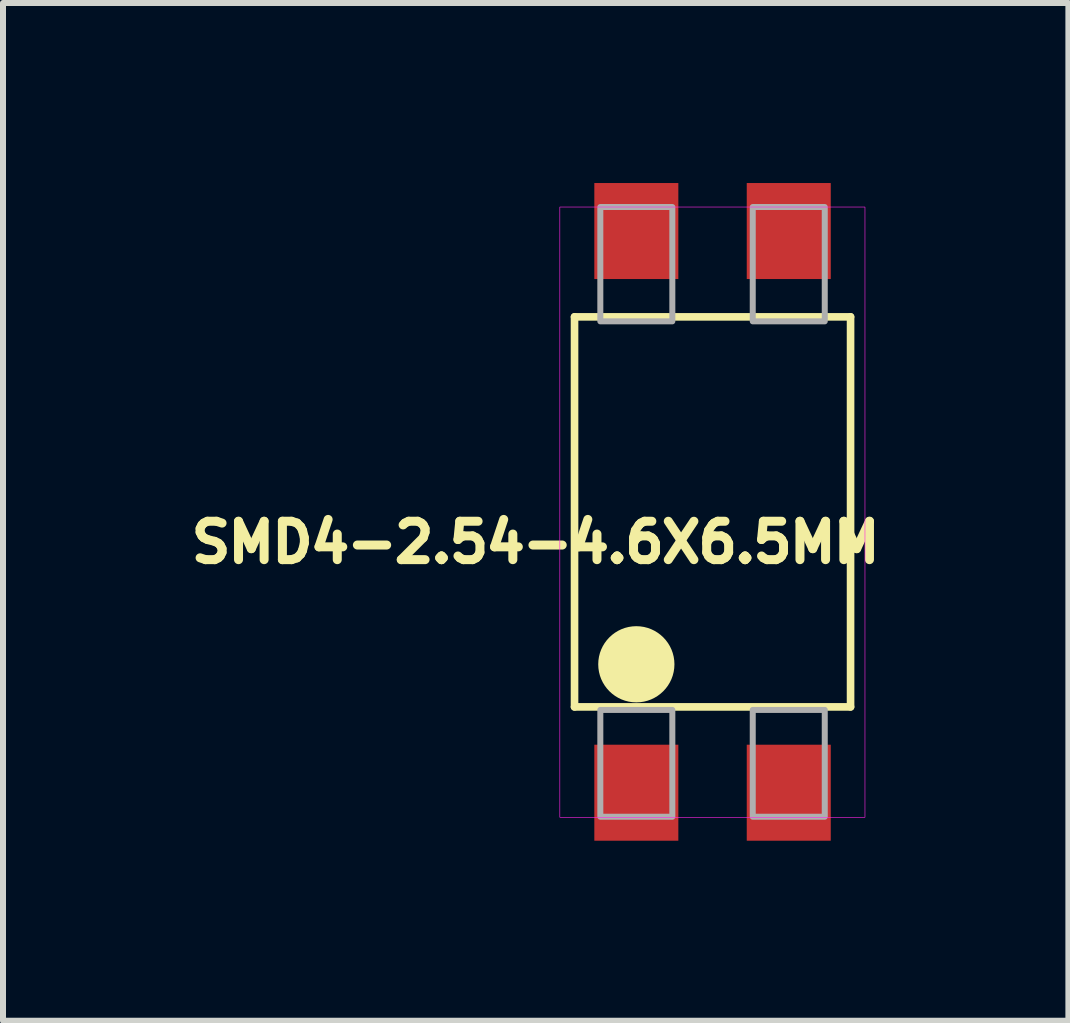
<source format=kicad_pcb>
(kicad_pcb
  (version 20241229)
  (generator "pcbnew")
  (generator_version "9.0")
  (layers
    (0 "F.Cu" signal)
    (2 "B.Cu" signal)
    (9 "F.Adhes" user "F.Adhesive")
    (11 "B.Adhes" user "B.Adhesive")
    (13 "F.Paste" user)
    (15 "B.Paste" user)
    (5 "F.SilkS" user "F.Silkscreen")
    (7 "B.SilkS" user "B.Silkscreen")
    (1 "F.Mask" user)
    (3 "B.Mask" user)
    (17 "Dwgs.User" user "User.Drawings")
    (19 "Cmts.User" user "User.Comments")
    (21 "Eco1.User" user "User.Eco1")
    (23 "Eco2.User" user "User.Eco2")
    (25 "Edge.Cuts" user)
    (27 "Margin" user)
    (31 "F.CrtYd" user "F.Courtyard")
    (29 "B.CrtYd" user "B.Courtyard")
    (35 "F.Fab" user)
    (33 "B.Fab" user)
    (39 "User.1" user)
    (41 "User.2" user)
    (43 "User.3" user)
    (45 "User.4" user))
  (footprint "SMD4-2.54-4.6X6.5MM"
    (layer "F.Cu")
    (at 8.824 5.48)
    (property "Reference" "SMD4-2.54-4.6X6.5MM" (at -2.947 0.508 180) (layer "F.SilkS") (effects (font (size 0.64 0.64) (thickness 0.15))))
    (attr smd)
    (fp_line (start -2.3 -3.25) (end 2.3 -3.25) (stroke (width 0.127) (type solid)) (layer "F.SilkS"))
    (fp_line (start -2.3 3.25) (end -2.3 -3.25) (stroke (width 0.127) (type solid)) (layer "F.SilkS"))
    (fp_line (start 2.3 -3.25) (end 2.3 3.25) (stroke (width 0.127) (type solid)) (layer "F.SilkS"))
    (fp_line (start 2.3 3.25) (end -2.3 3.25) (stroke (width 0.127) (type solid)) (layer "F.SilkS"))
    (fp_circle (center -1.27 2.54) (end -0.635 2.54) (stroke (width 0) (type solid)) (fill yes) (layer "F.SilkS"))
    (fp_poly (pts (xy -2.545 -5.08) (xy 2.54 -5.08) (xy 2.54 5.09) (xy -2.545 5.09)) (stroke (width 0.01) (type solid)) (fill no) (layer "F.CrtYd"))
    (fp_poly (pts (xy -1.87 -5.08) (xy -0.67 -5.08) (xy -0.67 -3.175) (xy -1.87 -3.175)) (stroke (width 0.1) (type solid)) (fill no) (layer "F.Fab"))
    (fp_poly (pts (xy -1.87 3.3) (xy -0.67 3.3) (xy -0.67 5.08) (xy -1.87 5.08)) (stroke (width 0.1) (type solid)) (fill no) (layer "F.Fab"))
    (fp_poly (pts (xy 0.67 -5.08) (xy 1.87 -5.08) (xy 1.87 -3.175) (xy 0.67 -3.175)) (stroke (width 0.1) (type solid)) (fill no) (layer "F.Fab"))
    (fp_poly (pts (xy 0.67 3.3) (xy 1.87 3.3) (xy 1.87 5.08) (xy 0.67 5.08)) (stroke (width 0.1) (type solid)) (fill no) (layer "F.Fab"))
    (pad "1" smd rect (at -1.27 4.68 90) (size 1.6 1.4) (layers "F.Cu" "F.Mask" "F.Paste"))
    (pad "2" smd rect (at 1.27 4.68 90) (size 1.6 1.4) (layers "F.Cu" "F.Mask" "F.Paste"))
    (pad "3" smd rect (at 1.27 -4.68 90) (size 1.6 1.4) (layers "F.Cu" "F.Mask" "F.Paste"))
    (pad "4" smd rect (at -1.27 -4.68 90) (size 1.6 1.4) (layers "F.Cu" "F.Mask" "F.Paste")))
  (gr_rect
    (start -3 -3)
    (end 14.754 13.96)
    (stroke (width 0.1) (type default))
    (fill no)
    (layer "Edge.Cuts")))
</source>
